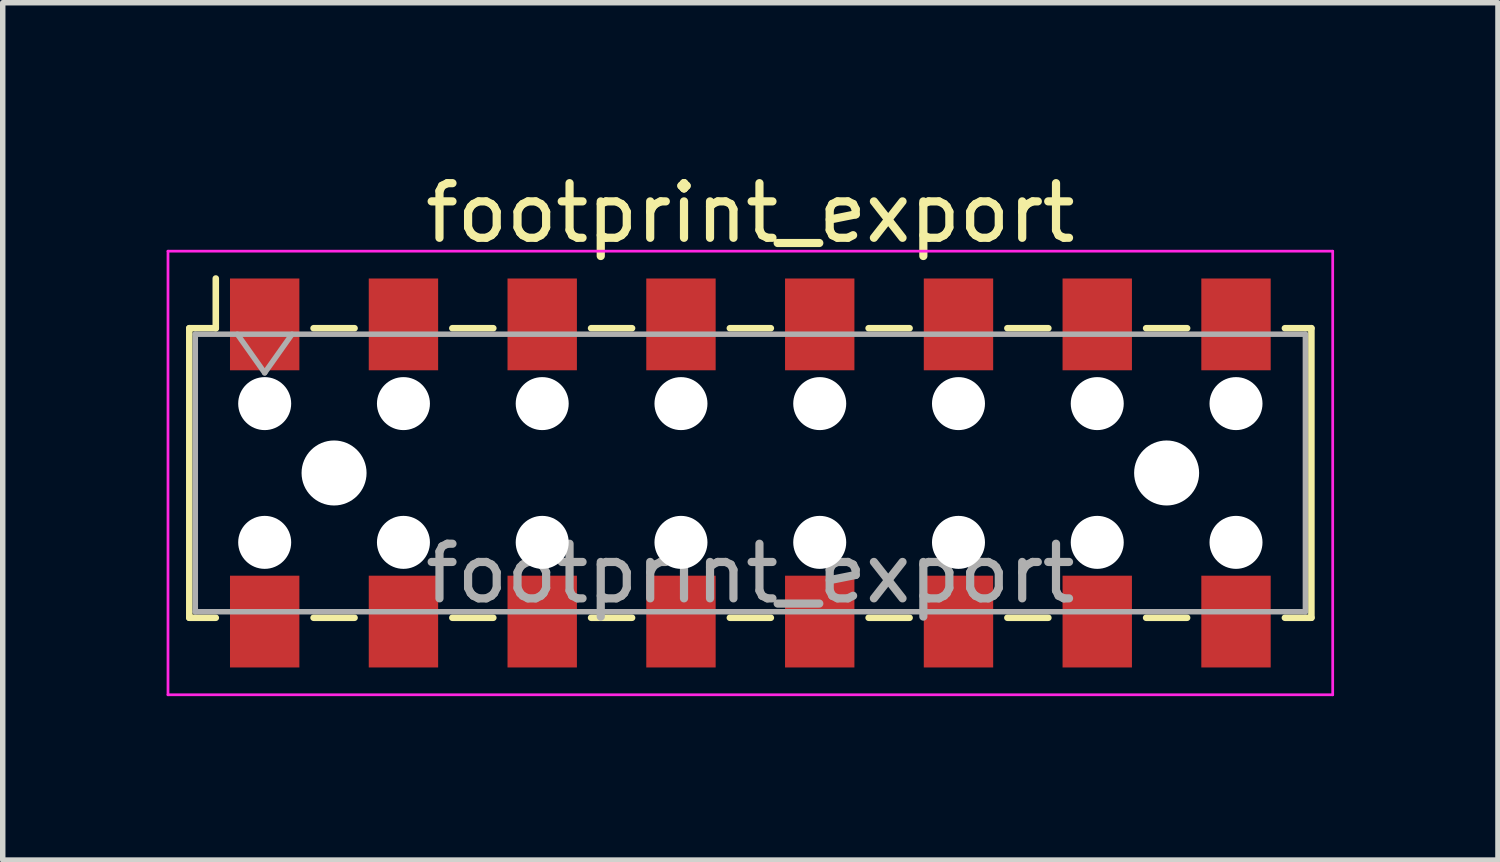
<source format=kicad_pcb>
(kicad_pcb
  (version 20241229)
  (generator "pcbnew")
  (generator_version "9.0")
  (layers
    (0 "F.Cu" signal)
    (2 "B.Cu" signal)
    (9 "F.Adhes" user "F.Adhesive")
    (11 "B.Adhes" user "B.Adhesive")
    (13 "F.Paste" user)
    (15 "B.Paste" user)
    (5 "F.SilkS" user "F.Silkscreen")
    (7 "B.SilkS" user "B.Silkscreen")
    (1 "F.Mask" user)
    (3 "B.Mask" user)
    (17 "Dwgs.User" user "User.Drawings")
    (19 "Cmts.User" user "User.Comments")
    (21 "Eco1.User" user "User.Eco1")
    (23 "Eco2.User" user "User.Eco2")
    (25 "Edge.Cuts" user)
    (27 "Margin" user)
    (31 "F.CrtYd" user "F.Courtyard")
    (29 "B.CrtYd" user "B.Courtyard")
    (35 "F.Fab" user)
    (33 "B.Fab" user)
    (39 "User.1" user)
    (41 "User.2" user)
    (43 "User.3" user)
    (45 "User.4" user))
  (footprint "footprint_export"
    (layer "F.Cu")
    (at 10.685 5.608)
    (property "Reference" "footprint_export" (at 0 -4.76 0) (layer "F.SilkS") (effects (font (size 1 1) (thickness 0.15))))
    (attr smd)
    (fp_line (start -10.27 -2.65) (end -10.27 2.65) (stroke (width 0.12) (type solid)) (layer "F.SilkS"))
    (fp_line (start -10.27 2.65) (end -9.785 2.65) (stroke (width 0.12) (type solid)) (layer "F.SilkS"))
    (fp_line (start -9.785 -3.56) (end -9.785 -2.65) (stroke (width 0.12) (type solid)) (layer "F.SilkS"))
    (fp_line (start -9.785 -2.65) (end -10.27 -2.65) (stroke (width 0.12) (type solid)) (layer "F.SilkS"))
    (fp_line (start -7.995 -2.65) (end -7.245 -2.65) (stroke (width 0.12) (type solid)) (layer "F.SilkS"))
    (fp_line (start -7.995 2.65) (end -7.245 2.65) (stroke (width 0.12) (type solid)) (layer "F.SilkS"))
    (fp_line (start -5.455 -2.65) (end -4.705 -2.65) (stroke (width 0.12) (type solid)) (layer "F.SilkS"))
    (fp_line (start -5.455 2.65) (end -4.705 2.65) (stroke (width 0.12) (type solid)) (layer "F.SilkS"))
    (fp_line (start -2.915 -2.65) (end -2.165 -2.65) (stroke (width 0.12) (type solid)) (layer "F.SilkS"))
    (fp_line (start -2.915 2.65) (end -2.165 2.65) (stroke (width 0.12) (type solid)) (layer "F.SilkS"))
    (fp_line (start -0.375 -2.65) (end 0.375 -2.65) (stroke (width 0.12) (type solid)) (layer "F.SilkS"))
    (fp_line (start -0.375 2.65) (end 0.375 2.65) (stroke (width 0.12) (type solid)) (layer "F.SilkS"))
    (fp_line (start 2.165 -2.65) (end 2.915 -2.65) (stroke (width 0.12) (type solid)) (layer "F.SilkS"))
    (fp_line (start 2.165 2.65) (end 2.915 2.65) (stroke (width 0.12) (type solid)) (layer "F.SilkS"))
    (fp_line (start 4.705 -2.65) (end 5.455 -2.65) (stroke (width 0.12) (type solid)) (layer "F.SilkS"))
    (fp_line (start 4.705 2.65) (end 5.455 2.65) (stroke (width 0.12) (type solid)) (layer "F.SilkS"))
    (fp_line (start 7.245 -2.65) (end 7.995 -2.65) (stroke (width 0.12) (type solid)) (layer "F.SilkS"))
    (fp_line (start 7.245 2.65) (end 7.995 2.65) (stroke (width 0.12) (type solid)) (layer "F.SilkS"))
    (fp_line (start 9.785 -2.65) (end 10.27 -2.65) (stroke (width 0.12) (type solid)) (layer "F.SilkS"))
    (fp_line (start 10.27 -2.65) (end 10.27 2.65) (stroke (width 0.12) (type solid)) (layer "F.SilkS"))
    (fp_line (start 10.27 2.65) (end 9.785 2.65) (stroke (width 0.12) (type solid)) (layer "F.SilkS"))
    (fp_line (start -10.66 -4.06) (end 10.66 -4.06) (stroke (width 0.05) (type solid)) (layer "F.CrtYd"))
    (fp_line (start -10.66 4.06) (end -10.66 -4.06) (stroke (width 0.05) (type solid)) (layer "F.CrtYd"))
    (fp_line (start 10.66 -4.06) (end 10.66 4.06) (stroke (width 0.05) (type solid)) (layer "F.CrtYd"))
    (fp_line (start 10.66 4.06) (end -10.66 4.06) (stroke (width 0.05) (type solid)) (layer "F.CrtYd"))
    (fp_line (start -10.16 -2.54) (end 10.16 -2.54) (stroke (width 0.1) (type solid)) (layer "F.Fab"))
    (fp_line (start -10.16 2.54) (end -10.16 -2.54) (stroke (width 0.1) (type solid)) (layer "F.Fab"))
    (fp_line (start -9.39 -2.54) (end -8.89 -1.833) (stroke (width 0.1) (type solid)) (layer "F.Fab"))
    (fp_line (start -8.89 -1.833) (end -8.39 -2.54) (stroke (width 0.1) (type solid)) (layer "F.Fab"))
    (fp_line (start 10.16 -2.54) (end 10.16 2.54) (stroke (width 0.1) (type solid)) (layer "F.Fab"))
    (fp_line (start 10.16 2.54) (end -10.16 2.54) (stroke (width 0.1) (type solid)) (layer "F.Fab"))
    (fp_text user "${REFERENCE}" (at 0 1.84 0) (layer "F.Fab") (effects (font (size 1 1) (thickness 0.15))))
    (pad "" np_thru_hole circle (at -8.89 -1.27) (size 0.97 0.97) (drill 0.97) (layers "*.Cu" "*.Mask"))
    (pad "" np_thru_hole circle (at -8.89 1.27) (size 0.97 0.97) (drill 0.97) (layers "*.Cu" "*.Mask"))
    (pad "" np_thru_hole circle (at -7.62 0) (size 1.19 1.19) (drill 1.19) (layers "*.Cu" "*.Mask"))
    (pad "" np_thru_hole circle (at -6.35 -1.27) (size 0.97 0.97) (drill 0.97) (layers "*.Cu" "*.Mask"))
    (pad "" np_thru_hole circle (at -6.35 1.27) (size 0.97 0.97) (drill 0.97) (layers "*.Cu" "*.Mask"))
    (pad "" np_thru_hole circle (at -3.81 -1.27) (size 0.97 0.97) (drill 0.97) (layers "*.Cu" "*.Mask"))
    (pad "" np_thru_hole circle (at -3.81 1.27) (size 0.97 0.97) (drill 0.97) (layers "*.Cu" "*.Mask"))
    (pad "" np_thru_hole circle (at -1.27 -1.27) (size 0.97 0.97) (drill 0.97) (layers "*.Cu" "*.Mask"))
    (pad "" np_thru_hole circle (at -1.27 1.27) (size 0.97 0.97) (drill 0.97) (layers "*.Cu" "*.Mask"))
    (pad "" np_thru_hole circle (at 1.27 -1.27) (size 0.97 0.97) (drill 0.97) (layers "*.Cu" "*.Mask"))
    (pad "" np_thru_hole circle (at 1.27 1.27) (size 0.97 0.97) (drill 0.97) (layers "*.Cu" "*.Mask"))
    (pad "" np_thru_hole circle (at 3.81 -1.27) (size 0.97 0.97) (drill 0.97) (layers "*.Cu" "*.Mask"))
    (pad "" np_thru_hole circle (at 3.81 1.27) (size 0.97 0.97) (drill 0.97) (layers "*.Cu" "*.Mask"))
    (pad "" np_thru_hole circle (at 6.35 -1.27) (size 0.97 0.97) (drill 0.97) (layers "*.Cu" "*.Mask"))
    (pad "" np_thru_hole circle (at 6.35 1.27) (size 0.97 0.97) (drill 0.97) (layers "*.Cu" "*.Mask"))
    (pad "" np_thru_hole circle (at 7.62 0) (size 1.19 1.19) (drill 1.19) (layers "*.Cu" "*.Mask"))
    (pad "" np_thru_hole circle (at 8.89 -1.27) (size 0.97 0.97) (drill 0.97) (layers "*.Cu" "*.Mask"))
    (pad "" np_thru_hole circle (at 8.89 1.27) (size 0.97 0.97) (drill 0.97) (layers "*.Cu" "*.Mask"))
    (pad "1" smd rect (at -8.89 -2.72) (size 1.27 1.68) (layers "F.Cu" "F.Mask" "F.Paste"))
    (pad "2" smd rect (at -8.89 2.72) (size 1.27 1.68) (layers "F.Cu" "F.Mask" "F.Paste"))
    (pad "3" smd rect (at -6.35 -2.72) (size 1.27 1.68) (layers "F.Cu" "F.Mask" "F.Paste"))
    (pad "4" smd rect (at -6.35 2.72) (size 1.27 1.68) (layers "F.Cu" "F.Mask" "F.Paste"))
    (pad "5" smd rect (at -3.81 -2.72) (size 1.27 1.68) (layers "F.Cu" "F.Mask" "F.Paste"))
    (pad "6" smd rect (at -3.81 2.72) (size 1.27 1.68) (layers "F.Cu" "F.Mask" "F.Paste"))
    (pad "7" smd rect (at -1.27 -2.72) (size 1.27 1.68) (layers "F.Cu" "F.Mask" "F.Paste"))
    (pad "8" smd rect (at -1.27 2.72) (size 1.27 1.68) (layers "F.Cu" "F.Mask" "F.Paste"))
    (pad "9" smd rect (at 1.27 -2.72) (size 1.27 1.68) (layers "F.Cu" "F.Mask" "F.Paste"))
    (pad "10" smd rect (at 1.27 2.72) (size 1.27 1.68) (layers "F.Cu" "F.Mask" "F.Paste"))
    (pad "11" smd rect (at 3.81 -2.72) (size 1.27 1.68) (layers "F.Cu" "F.Mask" "F.Paste"))
    (pad "12" smd rect (at 3.81 2.72) (size 1.27 1.68) (layers "F.Cu" "F.Mask" "F.Paste"))
    (pad "13" smd rect (at 6.35 -2.72) (size 1.27 1.68) (layers "F.Cu" "F.Mask" "F.Paste"))
    (pad "14" smd rect (at 6.35 2.72) (size 1.27 1.68) (layers "F.Cu" "F.Mask" "F.Paste"))
    (pad "15" smd rect (at 8.89 -2.72) (size 1.27 1.68) (layers "F.Cu" "F.Mask" "F.Paste"))
    (pad "16" smd rect (at 8.89 2.72) (size 1.27 1.68) (layers "F.Cu" "F.Mask" "F.Paste")))
  (gr_rect
    (start -3 -3)
    (end 24.37 12.693)
    (stroke (width 0.1) (type default))
    (fill no)
    (layer "Edge.Cuts")))
</source>
